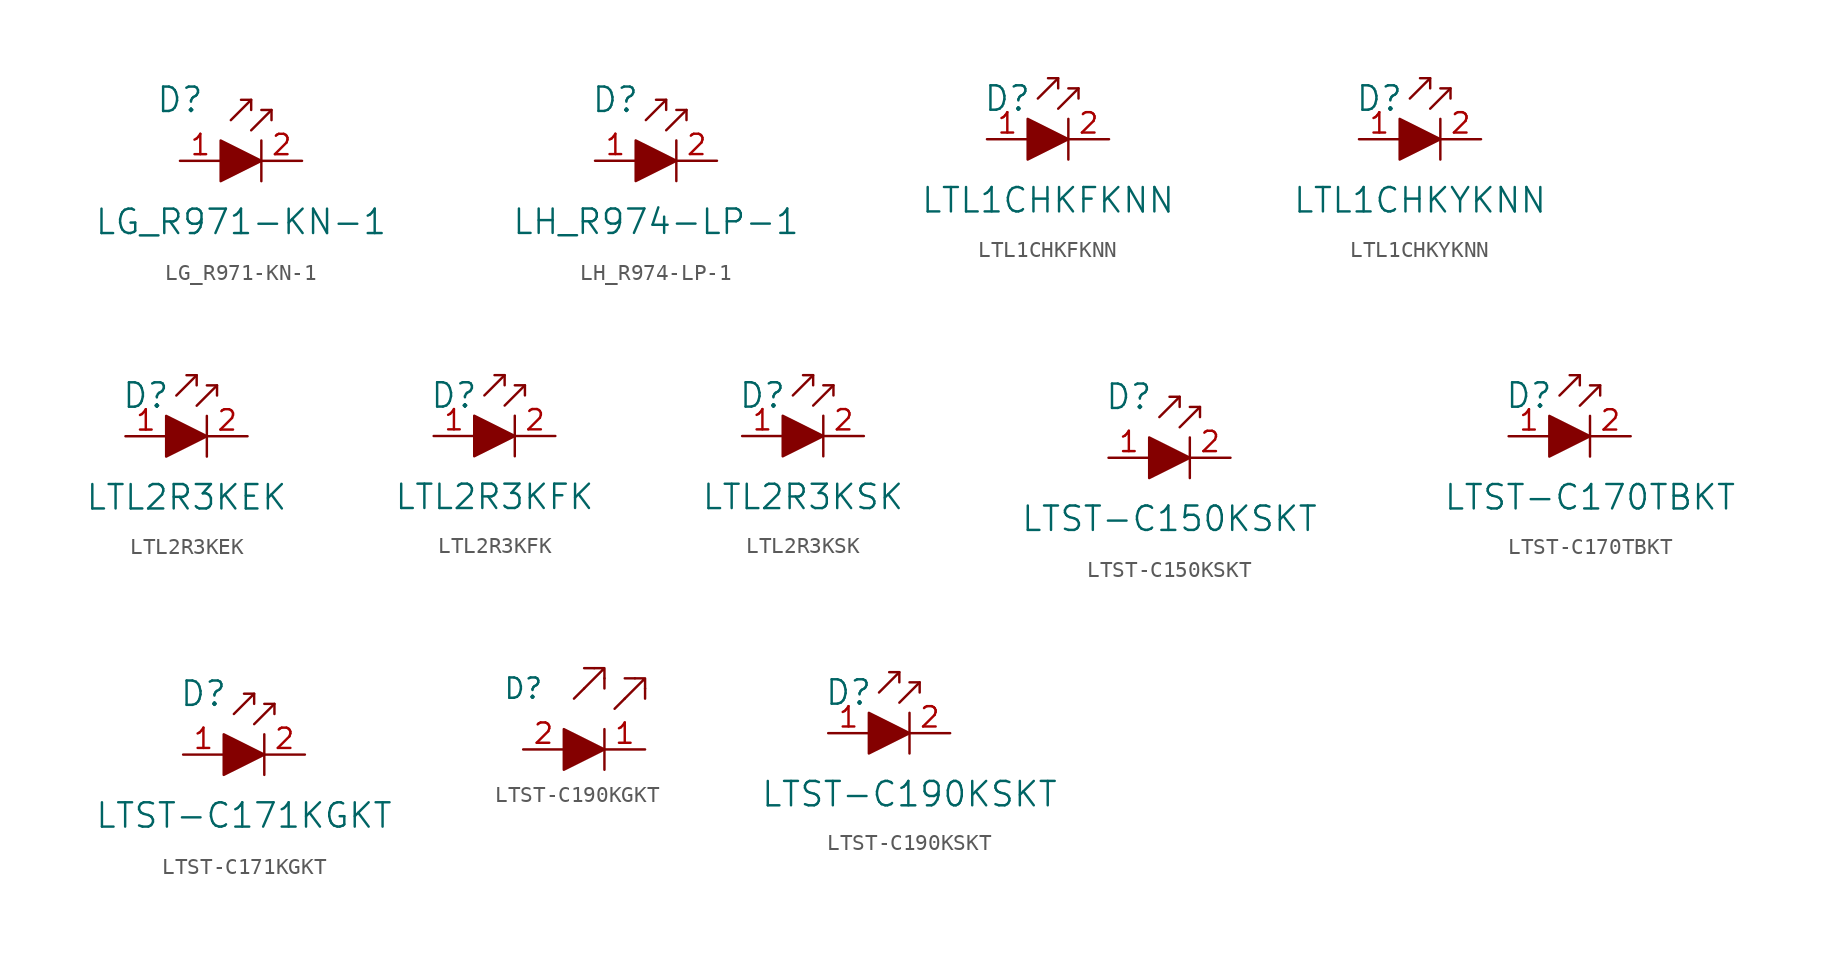
<source format=kicad_sym>
(kicad_symbol_lib
  (version 20220914)
  (generator kicad_symbol_editor)
  (symbol "LG_R971-KN-1"
    (pin_names
      (offset 0))
    (property "Reference" "D"
      (at -5.08 3.81 0)
      (effects (font (size 1.524 1.524))))
    (property "Value" "LG_R971-KN-1"
      (at -1.27 -3.81 0)
      (effects (font (size 1.524 1.524))))
    (symbol "LG_R971-KN-1_0_1"
      (polyline (pts (xy -0.635 3.81) (xy -1.905 2.54)) (stroke (width 0) (type solid)) (fill (type none)))
      (polyline (pts (xy 0 1.27) (xy 0 -1.27)) (stroke (width 0) (type solid)) (fill (type none)))
      (polyline (pts (xy 0.635 3.175) (xy -0.635 1.905)) (stroke (width 0) (type solid)) (fill (type none)))
      (polyline (pts (xy -1.27 3.81) (xy -0.635 3.81) (xy -0.635 3.175)) (stroke (width 0) (type solid)) (fill (type none)))
      (polyline (pts (xy 0 3.175) (xy 0.635 3.175) (xy 0.635 2.54)) (stroke (width 0) (type solid)) (fill (type none)))
      (polyline (pts (xy -2.54 1.27) (xy -2.54 -1.27) (xy 0 0) (xy -2.54 1.27)) (stroke (width 0) (type solid)) (fill (type outline))))
    (symbol "LG_R971-KN-1_1_1"
      (pin passive line (at -5.08 0 0) (length 2.54) (name "~" (effects (font (size 1.27 1.27)))) (number "1" (effects (font (size 1.27 1.27)))))
      (pin passive line (at 2.54 0 180) (length 2.54) (name "~" (effects (font (size 1.27 1.27)))) (number "2" (effects (font (size 1.27 1.27)))))))
  (symbol "LH_R974-LP-1"
    (pin_names
      (offset 0))
    (property "Reference" "D"
      (at -3.81 3.81 0)
      (effects (font (size 1.524 1.524))))
    (property "Value" "LH_R974-LP-1"
      (at -1.27 -3.81 0)
      (effects (font (size 1.524 1.524))))
    (symbol "LH_R974-LP-1_0_1"
      (polyline (pts (xy -0.635 3.81) (xy -1.905 2.54)) (stroke (width 0) (type solid)) (fill (type none)))
      (polyline (pts (xy 0 1.27) (xy 0 -1.27)) (stroke (width 0) (type solid)) (fill (type none)))
      (polyline (pts (xy 0.635 3.175) (xy -0.635 1.905)) (stroke (width 0) (type solid)) (fill (type none)))
      (polyline (pts (xy -1.27 3.81) (xy -0.635 3.81) (xy -0.635 3.175)) (stroke (width 0) (type solid)) (fill (type none)))
      (polyline (pts (xy 0 3.175) (xy 0.635 3.175) (xy 0.635 2.54)) (stroke (width 0) (type solid)) (fill (type none)))
      (polyline (pts (xy -2.54 1.27) (xy -2.54 -1.27) (xy 0 0) (xy -2.54 1.27)) (stroke (width 0) (type solid)) (fill (type outline))))
    (symbol "LH_R974-LP-1_1_1"
      (pin passive line (at -5.08 0 0) (length 2.54) (name "~" (effects (font (size 1.27 1.27)))) (number "1" (effects (font (size 1.27 1.27)))))
      (pin passive line (at 2.54 0 180) (length 2.54) (name "~" (effects (font (size 1.27 1.27)))) (number "2" (effects (font (size 1.27 1.27)))))))
  (symbol "LTL1CHKFKNN"
    (pin_names
      (offset 0))
    (property "Reference" "D"
      (at -3.81 2.54 0)
      (effects (font (size 1.524 1.524))))
    (property "Value" "LTL1CHKFKNN"
      (at -1.27 -3.81 0)
      (effects (font (size 1.524 1.524))))
    (symbol "LTL1CHKFKNN_0_1"
      (polyline (pts (xy -0.635 3.81) (xy -1.905 2.54)) (stroke (width 0) (type solid)) (fill (type none)))
      (polyline (pts (xy 0 1.27) (xy 0 -1.27)) (stroke (width 0) (type solid)) (fill (type none)))
      (polyline (pts (xy 0.635 3.175) (xy -0.635 1.905)) (stroke (width 0) (type solid)) (fill (type none)))
      (polyline (pts (xy -1.27 3.81) (xy -0.635 3.81) (xy -0.635 3.175)) (stroke (width 0) (type solid)) (fill (type none)))
      (polyline (pts (xy 0 3.175) (xy 0.635 3.175) (xy 0.635 2.54)) (stroke (width 0) (type solid)) (fill (type none)))
      (polyline (pts (xy -2.54 1.27) (xy -2.54 -1.27) (xy 0 0) (xy -2.54 1.27)) (stroke (width 0) (type solid)) (fill (type outline))))
    (symbol "LTL1CHKFKNN_1_1"
      (pin passive line (at -5.08 0 0) (length 2.54) (name "~" (effects (font (size 1.27 1.27)))) (number "1" (effects (font (size 1.27 1.27)))))
      (pin passive line (at 2.54 0 180) (length 2.54) (name "~" (effects (font (size 1.27 1.27)))) (number "2" (effects (font (size 1.27 1.27)))))))
  (symbol "LTL1CHKYKNN"
    (pin_names
      (offset 0))
    (property "Reference" "D"
      (at -3.81 2.54 0)
      (effects (font (size 1.524 1.524))))
    (property "Value" "LTL1CHKYKNN"
      (at -1.27 -3.81 0)
      (effects (font (size 1.524 1.524))))
    (symbol "LTL1CHKYKNN_0_1"
      (polyline (pts (xy -0.635 3.81) (xy -1.905 2.54)) (stroke (width 0) (type solid)) (fill (type none)))
      (polyline (pts (xy 0 1.27) (xy 0 -1.27)) (stroke (width 0) (type solid)) (fill (type none)))
      (polyline (pts (xy 0.635 3.175) (xy -0.635 1.905)) (stroke (width 0) (type solid)) (fill (type none)))
      (polyline (pts (xy -1.27 3.81) (xy -0.635 3.81) (xy -0.635 3.175)) (stroke (width 0) (type solid)) (fill (type none)))
      (polyline (pts (xy 0 3.175) (xy 0.635 3.175) (xy 0.635 2.54)) (stroke (width 0) (type solid)) (fill (type none)))
      (polyline (pts (xy -2.54 1.27) (xy -2.54 -1.27) (xy 0 0) (xy -2.54 1.27)) (stroke (width 0) (type solid)) (fill (type outline))))
    (symbol "LTL1CHKYKNN_1_1"
      (pin passive line (at -5.08 0 0) (length 2.54) (name "~" (effects (font (size 1.27 1.27)))) (number "1" (effects (font (size 1.27 1.27)))))
      (pin passive line (at 2.54 0 180) (length 2.54) (name "~" (effects (font (size 1.27 1.27)))) (number "2" (effects (font (size 1.27 1.27)))))))
  (symbol "LTL2R3KEK"
    (pin_names
      (offset 0))
    (property "Reference" "D"
      (at -3.81 2.54 0)
      (effects (font (size 1.524 1.524))))
    (property "Value" "LTL2R3KEK"
      (at -1.27 -3.81 0)
      (effects (font (size 1.524 1.524))))
    (symbol "LTL2R3KEK_0_1"
      (polyline (pts (xy -0.635 3.81) (xy -1.905 2.54)) (stroke (width 0) (type solid)) (fill (type none)))
      (polyline (pts (xy 0 1.27) (xy 0 -1.27)) (stroke (width 0) (type solid)) (fill (type none)))
      (polyline (pts (xy 0.635 3.175) (xy -0.635 1.905)) (stroke (width 0) (type solid)) (fill (type none)))
      (polyline (pts (xy -1.27 3.81) (xy -0.635 3.81) (xy -0.635 3.175)) (stroke (width 0) (type solid)) (fill (type none)))
      (polyline (pts (xy 0 3.175) (xy 0.635 3.175) (xy 0.635 2.54)) (stroke (width 0) (type solid)) (fill (type none)))
      (polyline (pts (xy -2.54 1.27) (xy -2.54 -1.27) (xy 0 0) (xy -2.54 1.27)) (stroke (width 0) (type solid)) (fill (type outline))))
    (symbol "LTL2R3KEK_1_1"
      (pin passive line (at -5.08 0 0) (length 2.54) (name "~" (effects (font (size 1.27 1.27)))) (number "1" (effects (font (size 1.27 1.27)))))
      (pin passive line (at 2.54 0 180) (length 2.54) (name "~" (effects (font (size 1.27 1.27)))) (number "2" (effects (font (size 1.27 1.27)))))))
  (symbol "LTL2R3KFK"
    (pin_names
      (offset 0))
    (property "Reference" "D"
      (at -3.81 2.54 0)
      (effects (font (size 1.524 1.524))))
    (property "Value" "LTL2R3KFK"
      (at -1.27 -3.81 0)
      (effects (font (size 1.524 1.524))))
    (symbol "LTL2R3KFK_0_1"
      (polyline (pts (xy -0.635 3.81) (xy -1.905 2.54)) (stroke (width 0) (type solid)) (fill (type none)))
      (polyline (pts (xy 0 1.27) (xy 0 -1.27)) (stroke (width 0) (type solid)) (fill (type none)))
      (polyline (pts (xy 0.635 3.175) (xy -0.635 1.905)) (stroke (width 0) (type solid)) (fill (type none)))
      (polyline (pts (xy -1.27 3.81) (xy -0.635 3.81) (xy -0.635 3.175)) (stroke (width 0) (type solid)) (fill (type none)))
      (polyline (pts (xy 0 3.175) (xy 0.635 3.175) (xy 0.635 2.54)) (stroke (width 0) (type solid)) (fill (type none)))
      (polyline (pts (xy -2.54 1.27) (xy -2.54 -1.27) (xy 0 0) (xy -2.54 1.27)) (stroke (width 0) (type solid)) (fill (type outline))))
    (symbol "LTL2R3KFK_1_1"
      (pin passive line (at -5.08 0 0) (length 2.54) (name "~" (effects (font (size 1.27 1.27)))) (number "1" (effects (font (size 1.27 1.27)))))
      (pin passive line (at 2.54 0 180) (length 2.54) (name "~" (effects (font (size 1.27 1.27)))) (number "2" (effects (font (size 1.27 1.27)))))))
  (symbol "LTL2R3KSK"
    (pin_names
      (offset 0))
    (property "Reference" "D"
      (at -3.81 2.54 0)
      (effects (font (size 1.524 1.524))))
    (property "Value" "LTL2R3KSK"
      (at -1.27 -3.81 0)
      (effects (font (size 1.524 1.524))))
    (symbol "LTL2R3KSK_0_1"
      (polyline (pts (xy -0.635 3.81) (xy -1.905 2.54)) (stroke (width 0) (type solid)) (fill (type none)))
      (polyline (pts (xy 0 1.27) (xy 0 -1.27)) (stroke (width 0) (type solid)) (fill (type none)))
      (polyline (pts (xy 0.635 3.175) (xy -0.635 1.905)) (stroke (width 0) (type solid)) (fill (type none)))
      (polyline (pts (xy -1.27 3.81) (xy -0.635 3.81) (xy -0.635 3.175)) (stroke (width 0) (type solid)) (fill (type none)))
      (polyline (pts (xy 0 3.175) (xy 0.635 3.175) (xy 0.635 2.54)) (stroke (width 0) (type solid)) (fill (type none)))
      (polyline (pts (xy -2.54 1.27) (xy -2.54 -1.27) (xy 0 0) (xy -2.54 1.27)) (stroke (width 0) (type solid)) (fill (type outline))))
    (symbol "LTL2R3KSK_1_1"
      (pin passive line (at -5.08 0 0) (length 2.54) (name "~" (effects (font (size 1.27 1.27)))) (number "1" (effects (font (size 1.27 1.27)))))
      (pin passive line (at 2.54 0 180) (length 2.54) (name "~" (effects (font (size 1.27 1.27)))) (number "2" (effects (font (size 1.27 1.27)))))))
  (symbol "LTST-C150KSKT"
    (pin_names
      (offset 0))
    (property "Reference" "D"
      (at -3.81 3.81 0)
      (effects (font (size 1.524 1.524))))
    (property "Value" "LTST-C150KSKT"
      (at -1.27 -3.81 0)
      (effects (font (size 1.524 1.524))))
    (symbol "LTST-C150KSKT_0_1"
      (polyline (pts (xy -0.635 3.81) (xy -1.905 2.54)) (stroke (width 0) (type solid)) (fill (type none)))
      (polyline (pts (xy 0 1.27) (xy 0 -1.27)) (stroke (width 0) (type solid)) (fill (type none)))
      (polyline (pts (xy 0.635 3.175) (xy -0.635 1.905)) (stroke (width 0) (type solid)) (fill (type none)))
      (polyline (pts (xy -1.27 3.81) (xy -0.635 3.81) (xy -0.635 3.175)) (stroke (width 0) (type solid)) (fill (type none)))
      (polyline (pts (xy 0 3.175) (xy 0.635 3.175) (xy 0.635 2.54)) (stroke (width 0) (type solid)) (fill (type none)))
      (polyline (pts (xy -2.54 1.27) (xy -2.54 -1.27) (xy 0 0) (xy -2.54 1.27)) (stroke (width 0) (type solid)) (fill (type outline))))
    (symbol "LTST-C150KSKT_1_1"
      (pin passive line (at -5.08 0 0) (length 2.54) (name "~" (effects (font (size 1.27 1.27)))) (number "1" (effects (font (size 1.27 1.27)))))
      (pin passive line (at 2.54 0 180) (length 2.54) (name "~" (effects (font (size 1.27 1.27)))) (number "2" (effects (font (size 1.27 1.27)))))))
  (symbol "LTST-C170TBKT"
    (pin_names
      (offset 0))
    (property "Reference" "D"
      (at -3.81 2.54 0)
      (effects (font (size 1.524 1.524))))
    (property "Value" "LTST-C170TBKT"
      (at 0 -3.81 0)
      (effects (font (size 1.524 1.524))))
    (symbol "LTST-C170TBKT_0_1"
      (polyline (pts (xy -0.635 3.81) (xy -1.905 2.54)) (stroke (width 0) (type solid)) (fill (type none)))
      (polyline (pts (xy 0 1.27) (xy 0 -1.27)) (stroke (width 0) (type solid)) (fill (type none)))
      (polyline (pts (xy 0.635 3.175) (xy -0.635 1.905)) (stroke (width 0) (type solid)) (fill (type none)))
      (polyline (pts (xy -1.27 3.81) (xy -0.635 3.81) (xy -0.635 3.175)) (stroke (width 0) (type solid)) (fill (type none)))
      (polyline (pts (xy 0 3.175) (xy 0.635 3.175) (xy 0.635 2.54)) (stroke (width 0) (type solid)) (fill (type none)))
      (polyline (pts (xy -2.54 1.27) (xy -2.54 -1.27) (xy 0 0) (xy -2.54 1.27)) (stroke (width 0) (type solid)) (fill (type outline))))
    (symbol "LTST-C170TBKT_1_1"
      (pin passive line (at -5.08 0 0) (length 2.54) (name "~" (effects (font (size 1.27 1.27)))) (number "1" (effects (font (size 1.27 1.27)))))
      (pin passive line (at 2.54 0 180) (length 2.54) (name "~" (effects (font (size 1.27 1.27)))) (number "2" (effects (font (size 1.27 1.27)))))))
  (symbol "LTST-C171KGKT"
    (pin_names
      (offset 0))
    (property "Reference" "D"
      (at -3.81 3.81 0)
      (effects (font (size 1.524 1.524))))
    (property "Value" "LTST-C171KGKT"
      (at -1.27 -3.81 0)
      (effects (font (size 1.524 1.524))))
    (symbol "LTST-C171KGKT_0_1"
      (polyline (pts (xy -0.635 3.81) (xy -1.905 2.54)) (stroke (width 0) (type solid)) (fill (type none)))
      (polyline (pts (xy 0 1.27) (xy 0 -1.27)) (stroke (width 0) (type solid)) (fill (type none)))
      (polyline (pts (xy 0.635 3.175) (xy -0.635 1.905)) (stroke (width 0) (type solid)) (fill (type none)))
      (polyline (pts (xy -1.27 3.81) (xy -0.635 3.81) (xy -0.635 3.175)) (stroke (width 0) (type solid)) (fill (type none)))
      (polyline (pts (xy 0 3.175) (xy 0.635 3.175) (xy 0.635 2.54)) (stroke (width 0) (type solid)) (fill (type none)))
      (polyline (pts (xy -2.54 1.27) (xy -2.54 -1.27) (xy 0 0) (xy -2.54 1.27)) (stroke (width 0) (type solid)) (fill (type outline))))
    (symbol "LTST-C171KGKT_1_1"
      (pin passive line (at -5.08 0 0) (length 2.54) (name "~" (effects (font (size 1.27 1.27)))) (number "1" (effects (font (size 1.27 1.27)))))
      (pin passive line (at 2.54 0 180) (length 2.54) (name "~" (effects (font (size 1.27 1.27)))) (number "2" (effects (font (size 1.27 1.27)))))))
  (symbol "LTST-C190KGKT"
    (pin_names
      (offset 0))
    (property "Reference" "D"
      (at -6.35 3.81 0)
      (effects (font (size 1.27 1.27)) (justify left)))
    (symbol "LTST-C190KGKT_0_1"
      (polyline (pts (xy 0 1.27) (xy 0 -1.27)) (stroke (width 0) (type solid)) (fill (type none)))
      (polyline (pts (xy -2.54 1.27) (xy -2.54 -1.27) (xy 0 0) (xy -2.54 1.27)) (stroke (width 0) (type solid)) (fill (type outline))))
    (symbol "LTST-C190KGKT_1_1"
      (polyline (pts (xy -1.27 3.81) (xy -1.905 3.175)) (stroke (width 0) (type solid)) (fill (type none)))
      (polyline (pts (xy -0.635 5.08) (xy -1.27 5.08)) (stroke (width 0) (type solid)) (fill (type none)))
      (polyline (pts (xy 0 4.445) (xy 0 3.81)) (stroke (width 0) (type solid)) (fill (type none)))
      (polyline (pts (xy 1.27 3.175) (xy 0.635 2.54)) (stroke (width 0) (type solid)) (fill (type none)))
      (polyline (pts (xy 1.905 4.445) (xy 1.27 4.445)) (stroke (width 0) (type solid)) (fill (type none)))
      (polyline (pts (xy 2.54 3.81) (xy 2.54 3.175)) (stroke (width 0) (type solid)) (fill (type none)))
      (polyline (pts (xy 1.27 3.175) (xy 2.54 4.445) (xy 1.905 4.445) (xy 2.54 4.445) (xy 2.54 3.81)) (stroke (width 0) (type solid)) (fill (type none)))
      (polyline (pts (xy 0 5.08) (xy 0 4.445) (xy 0 5.08) (xy -0.635 5.08) (xy 0 5.08) (xy -1.27 3.81)) (stroke (width 0) (type solid)) (fill (type none)))
      (pin output line (at 2.54 0 180) (length 2.54) (name "~" (effects (font (size 1.27 1.27)))) (number "1" (effects (font (size 1.27 1.27)))))
      (pin input line (at -5.08 0 0) (length 2.54) (name "~" (effects (font (size 1.27 1.27)))) (number "2" (effects (font (size 1.27 1.27)))))))
  (symbol "LTST-C190KSKT"
    (pin_names
      (offset 0))
    (property "Reference" "D"
      (at -3.81 2.54 0)
      (effects (font (size 1.524 1.524))))
    (property "Value" "LTST-C190KSKT"
      (at 0 -3.81 0)
      (effects (font (size 1.524 1.524))))
    (symbol "LTST-C190KSKT_0_1"
      (polyline (pts (xy -0.635 3.81) (xy -1.905 2.54)) (stroke (width 0) (type solid)) (fill (type none)))
      (polyline (pts (xy 0 1.27) (xy 0 -1.27)) (stroke (width 0) (type solid)) (fill (type none)))
      (polyline (pts (xy 0.635 3.175) (xy -0.635 1.905)) (stroke (width 0) (type solid)) (fill (type none)))
      (polyline (pts (xy -1.27 3.81) (xy -0.635 3.81) (xy -0.635 3.175)) (stroke (width 0) (type solid)) (fill (type none)))
      (polyline (pts (xy 0 3.175) (xy 0.635 3.175) (xy 0.635 2.54)) (stroke (width 0) (type solid)) (fill (type none)))
      (polyline (pts (xy -2.54 1.27) (xy -2.54 -1.27) (xy 0 0) (xy -2.54 1.27)) (stroke (width 0) (type solid)) (fill (type outline))))
    (symbol "LTST-C190KSKT_1_1"
      (pin passive line (at -5.08 0 0) (length 2.54) (name "~" (effects (font (size 1.27 1.27)))) (number "1" (effects (font (size 1.27 1.27)))))
      (pin passive line (at 2.54 0 180) (length 2.54) (name "~" (effects (font (size 1.27 1.27)))) (number "2" (effects (font (size 1.27 1.27))))))))
</source>
